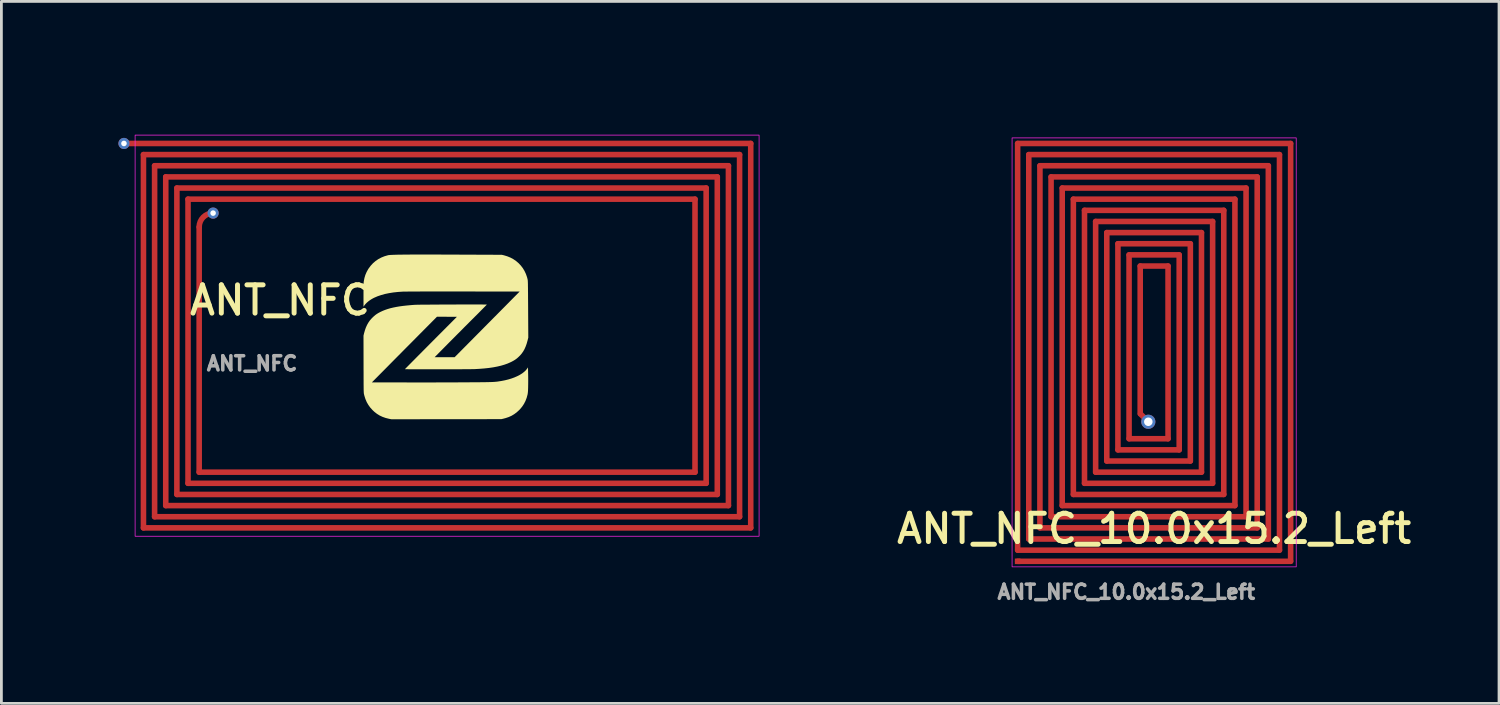
<source format=kicad_pcb>
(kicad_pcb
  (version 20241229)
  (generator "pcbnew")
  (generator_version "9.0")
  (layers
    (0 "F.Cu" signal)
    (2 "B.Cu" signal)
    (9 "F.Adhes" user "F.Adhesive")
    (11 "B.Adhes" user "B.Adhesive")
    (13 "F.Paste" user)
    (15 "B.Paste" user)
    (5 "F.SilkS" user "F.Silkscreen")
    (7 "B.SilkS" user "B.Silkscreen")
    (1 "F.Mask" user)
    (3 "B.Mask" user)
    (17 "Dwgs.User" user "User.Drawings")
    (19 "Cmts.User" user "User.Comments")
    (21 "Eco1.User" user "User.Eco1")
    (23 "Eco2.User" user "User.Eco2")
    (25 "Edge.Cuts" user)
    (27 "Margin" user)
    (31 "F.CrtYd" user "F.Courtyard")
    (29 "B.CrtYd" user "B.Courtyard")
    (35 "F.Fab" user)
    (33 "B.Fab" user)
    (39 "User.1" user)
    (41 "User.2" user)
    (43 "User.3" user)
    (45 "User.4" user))
  (footprint "ANT_NFC"
    (layer "F.Cu")
    (at 2 9)
    (property "Reference" "ANT_NFC" (at 5 -1.27 0) (layer "F.SilkS") (effects (font (size 1.016 1.016) (thickness 0.178))))
    (attr smd)
    (fp_line (start -0.6 -6.9) (end 21.9 -6.9) (stroke (width 0.2) (type solid)) (layer "F.Cu"))
    (fp_line (start 0.1 -6.5) (end 0.1 6.9) (stroke (width 0.2) (type solid)) (layer "F.Cu"))
    (fp_line (start 0.1 -6.5) (end 21.5 -6.5) (stroke (width 0.2) (type solid)) (layer "F.Cu"))
    (fp_line (start 0.1 6.9) (end 21.9 6.9) (stroke (width 0.2) (type solid)) (layer "F.Cu"))
    (fp_line (start 0.5 -6.1) (end 0.5 6.5) (stroke (width 0.2) (type solid)) (layer "F.Cu"))
    (fp_line (start 0.5 -6.1) (end 21.1 -6.1) (stroke (width 0.2) (type solid)) (layer "F.Cu"))
    (fp_line (start 0.5 6.5) (end 21.5 6.5) (stroke (width 0.2) (type solid)) (layer "F.Cu"))
    (fp_line (start 0.9 -5.7) (end 0.9 6.1) (stroke (width 0.2) (type solid)) (layer "F.Cu"))
    (fp_line (start 0.9 -5.7) (end 20.7 -5.7) (stroke (width 0.2) (type solid)) (layer "F.Cu"))
    (fp_line (start 0.9 6.1) (end 21.1 6.1) (stroke (width 0.2) (type solid)) (layer "F.Cu"))
    (fp_line (start 1.3 -5.3) (end 1.3 5.7) (stroke (width 0.2) (type solid)) (layer "F.Cu"))
    (fp_line (start 1.3 -5.3) (end 20.3 -5.3) (stroke (width 0.2) (type solid)) (layer "F.Cu"))
    (fp_line (start 1.3 5.7) (end 20.7 5.7) (stroke (width 0.2) (type solid)) (layer "F.Cu"))
    (fp_line (start 1.7 -4.9) (end 1.7 5.3) (stroke (width 0.2) (type solid)) (layer "F.Cu"))
    (fp_line (start 1.7 -4.9) (end 19.9 -4.9) (stroke (width 0.2) (type solid)) (layer "F.Cu"))
    (fp_line (start 1.7 5.3) (end 20.3 5.3) (stroke (width 0.2) (type solid)) (layer "F.Cu"))
    (fp_line (start 2.1 -3.9) (end 2.1 4.9) (stroke (width 0.2) (type solid)) (layer "F.Cu"))
    (fp_line (start 2.1 4.9) (end 19.9 4.9) (stroke (width 0.2) (type solid)) (layer "F.Cu"))
    (fp_line (start 19.9 -4.9) (end 19.9 4.9) (stroke (width 0.2) (type solid)) (layer "F.Cu"))
    (fp_line (start 20.3 -5.3) (end 20.3 5.3) (stroke (width 0.2) (type solid)) (layer "F.Cu"))
    (fp_line (start 20.7 -5.7) (end 20.7 5.7) (stroke (width 0.2) (type solid)) (layer "F.Cu"))
    (fp_line (start 21.1 -6.1) (end 21.1 6.1) (stroke (width 0.2) (type solid)) (layer "F.Cu"))
    (fp_line (start 21.5 -6.5) (end 21.5 6.5) (stroke (width 0.2) (type solid)) (layer "F.Cu"))
    (fp_line (start 21.9 -6.9) (end 21.9 6.9) (stroke (width 0.2) (type solid)) (layer "F.Cu"))
    (fp_arc (start 2.1 -3.9) (mid 2.246447 -4.253553) (end 2.6 -4.4) (stroke (width 0.2) (type solid)) (layer "F.Cu"))
    (fp_poly (pts (xy 8.019 -0.084) (xy 8.05 -0.194) (xy 8.085 -0.293) (xy 8.125 -0.382) (xy 8.171 -0.464) (xy 8.224 -0.541) (xy 8.286 -0.613) (xy 8.319 -0.647) (xy 8.373 -0.698) (xy 8.425 -0.742) (xy 8.478 -0.78) (xy 8.536 -0.815) (xy 8.603 -0.851) (xy 8.616 -0.857) (xy 8.697 -0.894) (xy 8.783 -0.928) (xy 8.872 -0.958) (xy 8.968 -0.986) (xy 9.07 -1.01) (xy 9.18 -1.032) (xy 9.298 -1.052) (xy 9.426 -1.069) (xy 9.564 -1.084) (xy 9.714 -1.098) (xy 9.85 -1.108) (xy 9.868 -1.108) (xy 9.898 -1.109) (xy 9.938 -1.11) (xy 9.99 -1.111) (xy 10.05 -1.112) (xy 10.12 -1.112) (xy 10.197 -1.113) (xy 10.282 -1.114) (xy 10.372 -1.114) (xy 10.469 -1.115) (xy 10.57 -1.116) (xy 10.675 -1.116) (xy 10.784 -1.117) (xy 10.895 -1.117) (xy 11.007 -1.118) (xy 11.121 -1.118) (xy 11.234 -1.118) (xy 11.347 -1.119) (xy 11.458 -1.119) (xy 11.568 -1.119) (xy 11.674 -1.119) (xy 11.776 -1.119) (xy 11.874 -1.12) (xy 11.966 -1.119) (xy 12.053 -1.119) (xy 12.132 -1.119) (xy 12.203 -1.119) (xy 12.266 -1.119) (xy 12.32 -1.118) (xy 12.364 -1.118) (xy 12.397 -1.117) (xy 12.418 -1.117) (xy 12.427 -1.116) (xy 12.427 -1.116) (xy 12.422 -1.111) (xy 12.409 -1.096) (xy 12.387 -1.074) (xy 12.358 -1.044) (xy 12.322 -1.008) (xy 12.28 -0.965) (xy 12.232 -0.917) (xy 12.18 -0.864) (xy 12.123 -0.806) (xy 12.062 -0.745) (xy 11.998 -0.682) (xy 11.97 -0.653) (xy 11.893 -0.577) (xy 11.809 -0.493) (xy 11.719 -0.402) (xy 11.624 -0.308) (xy 11.528 -0.21) (xy 11.43 -0.112) (xy 11.333 -0.015) (xy 11.24 0.079) (xy 11.15 0.169) (xy 11.067 0.253) (xy 11.032 0.288) (xy 10.552 0.774) (xy 11.27 0.774) (xy 12.074 -0.037) (xy 12.167 -0.131) (xy 12.261 -0.226) (xy 12.357 -0.323) (xy 12.452 -0.419) (xy 12.547 -0.514) (xy 12.639 -0.608) (xy 12.73 -0.699) (xy 12.817 -0.787) (xy 12.9 -0.871) (xy 12.977 -0.949) (xy 13.05 -1.022) (xy 13.115 -1.088) (xy 13.173 -1.147) (xy 13.223 -1.197) (xy 13.241 -1.216) (xy 13.605 -1.584) (xy 11.581 -1.586) (xy 11.347 -1.586) (xy 11.127 -1.586) (xy 10.92 -1.586) (xy 10.726 -1.586) (xy 10.545 -1.586) (xy 10.378 -1.586) (xy 10.224 -1.586) (xy 10.083 -1.586) (xy 9.955 -1.585) (xy 9.84 -1.585) (xy 9.739 -1.584) (xy 9.651 -1.584) (xy 9.576 -1.583) (xy 9.515 -1.583) (xy 9.467 -1.582) (xy 9.432 -1.581) (xy 9.413 -1.581) (xy 9.235 -1.569) (xy 9.069 -1.551) (xy 8.913 -1.526) (xy 8.768 -1.496) (xy 8.633 -1.458) (xy 8.506 -1.415) (xy 8.388 -1.364) (xy 8.353 -1.347) (xy 8.29 -1.312) (xy 8.228 -1.272) (xy 8.169 -1.228) (xy 8.116 -1.182) (xy 8.07 -1.135) (xy 8.034 -1.091) (xy 8.026 -1.079) (xy 7.999 -1.038) (xy 7.999 -1.46) (xy 7.999 -1.55) (xy 7.999 -1.627) (xy 8 -1.694) (xy 8 -1.75) (xy 8.001 -1.798) (xy 8.002 -1.837) (xy 8.003 -1.87) (xy 8.004 -1.897) (xy 8.006 -1.92) (xy 8.008 -1.939) (xy 8.01 -1.953) (xy 8.033 -2.071) (xy 8.066 -2.181) (xy 8.111 -2.286) (xy 8.167 -2.387) (xy 8.187 -2.417) (xy 8.261 -2.515) (xy 8.343 -2.604) (xy 8.434 -2.681) (xy 8.533 -2.749) (xy 8.639 -2.805) (xy 8.753 -2.851) (xy 8.874 -2.886) (xy 8.888 -2.889) (xy 8.905 -2.892) (xy 8.929 -2.894) (xy 8.96 -2.897) (xy 8.998 -2.899) (xy 9.045 -2.901) (xy 9.099 -2.903) (xy 9.162 -2.905) (xy 9.233 -2.907) (xy 9.313 -2.908) (xy 9.403 -2.909) (xy 9.502 -2.91) (xy 9.611 -2.911) (xy 9.73 -2.912) (xy 9.86 -2.912) (xy 10 -2.912) (xy 10.152 -2.913) (xy 10.314 -2.912) (xy 10.489 -2.912) (xy 10.675 -2.912) (xy 10.874 -2.911) (xy 11.085 -2.911) (xy 11.31 -2.91) (xy 11.437 -2.909) (xy 12.964 -2.903) (xy 13.041 -2.885) (xy 13.16 -2.849) (xy 13.273 -2.803) (xy 13.379 -2.746) (xy 13.477 -2.679) (xy 13.567 -2.602) (xy 13.647 -2.517) (xy 13.719 -2.423) (xy 13.78 -2.321) (xy 13.831 -2.212) (xy 13.871 -2.096) (xy 13.888 -2.03) (xy 13.89 -2.021) (xy 13.891 -2.012) (xy 13.893 -2.003) (xy 13.895 -1.993) (xy 13.896 -1.981) (xy 13.897 -1.966) (xy 13.898 -1.948) (xy 13.899 -1.927) (xy 13.9 -1.901) (xy 13.901 -1.87) (xy 13.902 -1.833) (xy 13.902 -1.79) (xy 13.903 -1.74) (xy 13.904 -1.681) (xy 13.904 -1.615) (xy 13.905 -1.539) (xy 13.906 -1.454) (xy 13.906 -1.358) (xy 13.907 -1.251) (xy 13.908 -1.133) (xy 13.909 -1.002) (xy 13.909 -0.947) (xy 13.915 0.07) (xy 13.887 0.18) (xy 13.855 0.293) (xy 13.818 0.395) (xy 13.777 0.487) (xy 13.73 0.569) (xy 13.677 0.644) (xy 13.621 0.709) (xy 13.566 0.763) (xy 13.513 0.811) (xy 13.457 0.853) (xy 13.396 0.892) (xy 13.327 0.93) (xy 13.28 0.953) (xy 13.176 0.999) (xy 13.062 1.04) (xy 12.937 1.077) (xy 12.801 1.109) (xy 12.653 1.137) (xy 12.494 1.16) (xy 12.323 1.178) (xy 12.14 1.192) (xy 11.997 1.2) (xy 11.975 1.201) (xy 11.942 1.202) (xy 11.898 1.202) (xy 11.843 1.203) (xy 11.78 1.203) (xy 11.708 1.204) (xy 11.629 1.204) (xy 11.543 1.205) (xy 11.451 1.205) (xy 11.353 1.206) (xy 11.251 1.206) (xy 11.146 1.206) (xy 11.037 1.206) (xy 10.927 1.207) (xy 10.815 1.207) (xy 10.703 1.207) (xy 10.591 1.207) (xy 10.48 1.207) (xy 10.371 1.207) (xy 10.265 1.207) (xy 10.162 1.207) (xy 10.064 1.207) (xy 9.97 1.206) (xy 9.883 1.206) (xy 9.802 1.206) (xy 9.728 1.205) (xy 9.663 1.205) (xy 9.607 1.205) (xy 9.56 1.204) (xy 9.525 1.204) (xy 9.5 1.203) (xy 9.488 1.202) (xy 9.487 1.202) (xy 9.491 1.197) (xy 9.505 1.183) (xy 9.527 1.16) (xy 9.557 1.129) (xy 9.595 1.091) (xy 9.64 1.045) (xy 9.692 0.993) (xy 9.75 0.934) (xy 9.814 0.87) (xy 9.883 0.8) (xy 9.957 0.725) (xy 10.036 0.646) (xy 10.118 0.563) (xy 10.205 0.476) (xy 10.294 0.386) (xy 10.386 0.293) (xy 10.419 0.26) (xy 11.352 -0.677) (xy 10.637 -0.68) (xy 10.046 -0.085) (xy 9.958 0.004) (xy 9.861 0.102) (xy 9.759 0.205) (xy 9.653 0.312) (xy 9.543 0.422) (xy 9.433 0.533) (xy 9.324 0.644) (xy 9.216 0.752) (xy 9.112 0.857) (xy 9.014 0.956) (xy 8.922 1.049) (xy 8.878 1.094) (xy 8.3 1.677) (xy 9.651 1.679) (xy 9.799 1.679) (xy 9.951 1.679) (xy 10.106 1.679) (xy 10.264 1.679) (xy 10.422 1.679) (xy 10.58 1.679) (xy 10.736 1.678) (xy 10.89 1.678) (xy 11.039 1.678) (xy 11.183 1.677) (xy 11.32 1.677) (xy 11.449 1.676) (xy 11.569 1.676) (xy 11.679 1.675) (xy 11.778 1.675) (xy 11.814 1.674) (xy 11.94 1.673) (xy 12.055 1.672) (xy 12.158 1.672) (xy 12.25 1.671) (xy 12.332 1.67) (xy 12.405 1.669) (xy 12.47 1.668) (xy 12.528 1.666) (xy 12.579 1.665) (xy 12.624 1.663) (xy 12.665 1.661) (xy 12.702 1.659) (xy 12.735 1.656) (xy 12.767 1.653) (xy 12.797 1.65) (xy 12.827 1.646) (xy 12.857 1.641) (xy 12.888 1.636) (xy 12.922 1.631) (xy 12.947 1.627) (xy 13.075 1.602) (xy 13.197 1.572) (xy 13.313 1.537) (xy 13.422 1.497) (xy 13.522 1.453) (xy 13.614 1.405) (xy 13.696 1.354) (xy 13.767 1.299) (xy 13.827 1.242) (xy 13.874 1.183) (xy 13.878 1.178) (xy 13.904 1.138) (xy 13.908 1.324) (xy 13.911 1.475) (xy 13.912 1.615) (xy 13.911 1.744) (xy 13.909 1.864) (xy 13.907 1.914) (xy 13.905 1.975) (xy 13.901 2.026) (xy 13.896 2.069) (xy 13.89 2.107) (xy 13.889 2.111) (xy 13.857 2.231) (xy 13.813 2.345) (xy 13.758 2.452) (xy 13.691 2.552) (xy 13.613 2.645) (xy 13.579 2.679) (xy 13.494 2.756) (xy 13.405 2.821) (xy 13.311 2.877) (xy 13.21 2.922) (xy 13.1 2.959) (xy 13.008 2.983) (xy 12.944 2.997) (xy 10.971 2.999) (xy 8.999 3.001) (xy 8.914 2.984) (xy 8.794 2.954) (xy 8.683 2.915) (xy 8.579 2.866) (xy 8.482 2.806) (xy 8.391 2.735) (xy 8.326 2.674) (xy 8.244 2.584) (xy 8.174 2.488) (xy 8.115 2.385) (xy 8.068 2.275) (xy 8.031 2.158) (xy 8.018 2.104) (xy 8.016 2.095) (xy 8.014 2.086) (xy 8.012 2.077) (xy 8.011 2.066) (xy 8.01 2.054) (xy 8.009 2.04) (xy 8.008 2.022) (xy 8.007 2) (xy 8.006 1.974) (xy 8.005 1.943) (xy 8.005 1.906) (xy 8.004 1.863) (xy 8.004 1.813) (xy 8.003 1.755) (xy 8.003 1.688) (xy 8.003 1.612) (xy 8.002 1.527) (xy 8.002 1.431) (xy 8.002 1.324) (xy 8.001 1.206) (xy 8.001 1.075) (xy 8.001 1.018) (xy 7.999 -0.001)) (stroke (width 0) (type solid)) (fill yes) (layer "F.SilkS"))
    (fp_rect (start -0.2 -7.2) (end 22.2 7.2) (stroke (width 0.025) (type solid)) (fill no) (layer "F.CrtYd"))
    (fp_text user "${REFERENCE}" (at 4 1 0) (layer "F.Fab") (effects (font (size 0.508 0.508) (thickness 0.127))))
    (pad "1" thru_hole circle (at 2.6 -4.4) (size 0.4 0.4) (drill 0.2) (layers "*.Cu" "*.Mask"))
    (pad "2" thru_hole circle (at -0.6 -6.9) (size 0.4 0.4) (drill 0.2) (layers "*.Cu" "*.Mask"))
    (zone (net_name "") (layer "F.Cu") (hatch edge 0.508) (connect_pads) (min_thickness 0.254) (filled_areas_thickness no) (keepout (tracks allowed) (vias allowed) (pads allowed) (copperpour not_allowed) (footprints allowed)) (placement (enabled no)) (fill) (polygon (pts (xy 2 18) (xy 0 18) (xy 0 0) (xy 2 0))))
    (zone (net_name "") (layer "F.Cu") (hatch edge 0.508) (connect_pads) (min_thickness 0.254) (filled_areas_thickness no) (keepout (tracks allowed) (vias allowed) (pads allowed) (copperpour not_allowed) (footprints allowed)) (placement (enabled no)) (fill) (polygon (pts (xy 6.2 13.8) (xy 4.2 13.8) (xy 4.2 4.2) (xy 6.2 4.2))))
    (zone (net_name "") (layer "F.Cu") (hatch edge 0.508) (connect_pads) (min_thickness 0.254) (filled_areas_thickness no) (keepout (tracks allowed) (vias allowed) (pads allowed) (copperpour not_allowed) (footprints allowed)) (placement (enabled no)) (fill) (polygon (pts (xy 19.8 6.2) (xy 4.2 6.2) (xy 4.2 4.2) (xy 19.8 4.2))))
    (zone (net_name "") (layer "F.Cu") (hatch edge 0.508) (connect_pads) (min_thickness 0.254) (filled_areas_thickness no) (keepout (tracks allowed) (vias allowed) (pads allowed) (copperpour not_allowed) (footprints allowed)) (placement (enabled no)) (fill) (polygon (pts (xy 19.8 13.9) (xy 4.2 13.8) (xy 4.2 11.8) (xy 19.8 11.8))))
    (zone (net_name "") (layer "F.Cu") (hatch edge 0.508) (connect_pads) (min_thickness 0.254) (filled_areas_thickness no) (keepout (tracks allowed) (vias allowed) (pads allowed) (copperpour not_allowed) (footprints allowed)) (placement (enabled no)) (fill) (polygon (pts (xy 21.8 13.8) (xy 19.8 13.8) (xy 19.8 4.2) (xy 21.8 4.2))))
    (zone (net_name "") (layer "F.Cu") (hatch edge 0.508) (connect_pads) (min_thickness 0.254) (filled_areas_thickness no) (keepout (tracks allowed) (vias allowed) (pads allowed) (copperpour not_allowed) (footprints allowed)) (placement (enabled no)) (fill) (polygon (pts (xy 26 2) (xy 0 2) (xy 0 0) (xy 26 0))))
    (zone (net_name "") (layer "F.Cu") (hatch edge 0.508) (connect_pads) (min_thickness 0.254) (filled_areas_thickness no) (keepout (tracks allowed) (vias allowed) (pads not_allowed) (copperpour not_allowed) (footprints allowed)) (placement (enabled no)) (fill) (polygon (pts (xy 26 18) (xy 0 18) (xy 0 16) (xy 26 16))))
    (zone (net_name "") (layer "F.Cu") (hatch edge 0.508) (connect_pads) (min_thickness 0.254) (filled_areas_thickness no) (keepout (tracks allowed) (vias allowed) (pads allowed) (copperpour not_allowed) (footprints allowed)) (placement (enabled no)) (fill) (polygon (pts (xy 26 18) (xy 24 18) (xy 24 0) (xy 26 0)))))
  (footprint "ANT_NFC_10.0x15.2_Left"
    (layer "F.Cu")
    (at 33.382 17.2)
    (property "Reference" "ANT_NFC_10.0x15.2_Left" (at 5 -1.27 0) (layer "F.SilkS") (effects (font (size 1.016 1.016) (thickness 0.178))))
    (attr smd)
    (fp_rect (start -0.1 0.1) (end 10.1 -15.3) (stroke (width 0.025) (type solid)) (fill no) (layer "F.CrtYd"))
    (fp_text user "${REFERENCE}" (at 4 1 0) (layer "F.Fab") (effects (font (size 0.508 0.508) (thickness 0.127))))
    (pad "1" smd roundrect (at 0.1 -7.8) (size 0.2 14.8) (layers "F.Cu") (roundrect_rratio 0.5))
    (pad "1" smd rect (at 0.1 -0.1) (size 0.2 0.2) (layers "F.Cu"))
    (pad "1" smd roundrect (at 0.5 -7.8) (size 0.2 14) (layers "F.Cu") (roundrect_rratio 0.5))
    (pad "1" smd roundrect (at 0.9 -7.8) (size 0.2 13.2) (layers "F.Cu") (roundrect_rratio 0.5))
    (pad "1" smd roundrect (at 1.3 -7.8) (size 0.2 12.4) (layers "F.Cu") (roundrect_rratio 0.5))
    (pad "1" smd roundrect (at 1.7 -7.8) (size 0.2 11.6) (layers "F.Cu") (roundrect_rratio 0.5))
    (pad "1" smd roundrect (at 2.1 -7.8) (size 0.2 10.8) (layers "F.Cu") (roundrect_rratio 0.5))
    (pad "1" smd roundrect (at 2.5 -7.8) (size 0.2 10) (layers "F.Cu") (roundrect_rratio 0.5))
    (pad "1" smd roundrect (at 2.9 -7.8) (size 0.2 9.2) (layers "F.Cu") (roundrect_rratio 0.5))
    (pad "1" smd roundrect (at 3.3 -7.8) (size 0.2 8.4) (layers "F.Cu") (roundrect_rratio 0.5))
    (pad "1" smd roundrect (at 3.7 -7.8) (size 0.2 7.6) (layers "F.Cu") (roundrect_rratio 0.5))
    (pad "1" smd roundrect (at 4.1 -7.8) (size 0.2 6.8) (layers "F.Cu") (roundrect_rratio 0.5))
    (pad "1" smd roundrect (at 4.5 -8.05) (size 0.2 5.5) (layers "F.Cu") (roundrect_rratio 0.5))
    (pad "1" smd roundrect (at 4.65 -5.25 45) (size 0.2 0.6) (layers "F.Cu") (roundrect_rratio 0.5))
    (pad "1" thru_hole circle (at 4.791 -5.109) (size 0.508 0.508) (drill 0.305) (layers "*.Cu" "*.Mask"))
    (pad "1" smd roundrect (at 4.8 -4.5) (size 1.6 0.2) (layers "F.Cu") (roundrect_rratio 0.5))
    (pad "1" smd roundrect (at 4.8 -4.1) (size 2.4 0.2) (layers "F.Cu") (roundrect_rratio 0.5))
    (pad "1" smd roundrect (at 4.8 -3.7) (size 3.2 0.2) (layers "F.Cu") (roundrect_rratio 0.5))
    (pad "1" smd roundrect (at 4.8 -3.3) (size 4 0.2) (layers "F.Cu") (roundrect_rratio 0.5))
    (pad "1" smd roundrect (at 4.8 -2.9) (size 4.8 0.2) (layers "F.Cu") (roundrect_rratio 0.5))
    (pad "1" smd roundrect (at 4.8 -2.5) (size 5.6 0.2) (layers "F.Cu") (roundrect_rratio 0.5))
    (pad "1" smd roundrect (at 4.8 -2.1) (size 6.4 0.2) (layers "F.Cu") (roundrect_rratio 0.5))
    (pad "1" smd roundrect (at 4.8 -1.7) (size 7.2 0.2) (layers "F.Cu") (roundrect_rratio 0.5))
    (pad "1" smd roundrect (at 4.8 -1.3) (size 8 0.2) (layers "F.Cu") (roundrect_rratio 0.5))
    (pad "1" smd roundrect (at 4.8 -0.9) (size 8.8 0.2) (layers "F.Cu") (roundrect_rratio 0.5))
    (pad "1" smd roundrect (at 4.8 -0.5) (size 9.6 0.2) (layers "F.Cu") (roundrect_rratio 0.5))
    (pad "1" smd roundrect (at 5 -15.1) (size 10 0.2) (layers "F.Cu") (roundrect_rratio 0.5))
    (pad "1" smd roundrect (at 5 -14.7) (size 9.2 0.2) (layers "F.Cu") (roundrect_rratio 0.5))
    (pad "1" smd roundrect (at 5 -14.3) (size 8.4 0.2) (layers "F.Cu") (roundrect_rratio 0.5))
    (pad "1" smd roundrect (at 5 -13.9) (size 7.6 0.2) (layers "F.Cu") (roundrect_rratio 0.5))
    (pad "1" smd roundrect (at 5 -13.5) (size 6.8 0.2) (layers "F.Cu") (roundrect_rratio 0.5))
    (pad "1" smd roundrect (at 5 -13.1) (size 6 0.2) (layers "F.Cu") (roundrect_rratio 0.5))
    (pad "1" smd roundrect (at 5 -12.7) (size 5.2 0.2) (layers "F.Cu") (roundrect_rratio 0.5))
    (pad "1" smd roundrect (at 5 -12.3) (size 4.4 0.2) (layers "F.Cu") (roundrect_rratio 0.5))
    (pad "1" smd roundrect (at 5 -11.9) (size 3.6 0.2) (layers "F.Cu") (roundrect_rratio 0.5))
    (pad "1" smd roundrect (at 5 -11.5) (size 2.8 0.2) (layers "F.Cu") (roundrect_rratio 0.5))
    (pad "1" smd roundrect (at 5 -11.1) (size 2 0.2) (layers "F.Cu") (roundrect_rratio 0.5))
    (pad "1" smd roundrect (at 5 -10.7) (size 1.2 0.2) (layers "F.Cu") (roundrect_rratio 0.5))
    (pad "1" smd roundrect (at 5 -0.1) (size 10 0.2) (layers "F.Cu") (roundrect_rratio 0.5))
    (pad "1" smd roundrect (at 5.5 -7.6) (size 0.2 6.4) (layers "F.Cu") (roundrect_rratio 0.5))
    (pad "1" smd roundrect (at 5.9 -7.6) (size 0.2 7.2) (layers "F.Cu") (roundrect_rratio 0.5))
    (pad "1" smd roundrect (at 6.3 -7.6) (size 0.2 8) (layers "F.Cu") (roundrect_rratio 0.5))
    (pad "1" smd roundrect (at 6.7 -7.6) (size 0.2 8.8) (layers "F.Cu") (roundrect_rratio 0.5))
    (pad "1" smd roundrect (at 7.1 -7.6) (size 0.2 9.6) (layers "F.Cu") (roundrect_rratio 0.5))
    (pad "1" smd roundrect (at 7.5 -7.6) (size 0.2 10.4) (layers "F.Cu") (roundrect_rratio 0.5))
    (pad "1" smd roundrect (at 7.9 -7.6) (size 0.2 11.2) (layers "F.Cu") (roundrect_rratio 0.5))
    (pad "1" smd roundrect (at 8.3 -7.6) (size 0.2 12) (layers "F.Cu") (roundrect_rratio 0.5))
    (pad "1" smd roundrect (at 8.7 -7.6) (size 0.2 12.8) (layers "F.Cu") (roundrect_rratio 0.5))
    (pad "1" smd roundrect (at 9.1 -7.6) (size 0.2 13.6) (layers "F.Cu") (roundrect_rratio 0.5))
    (pad "1" smd roundrect (at 9.5 -7.6) (size 0.2 14.4) (layers "F.Cu") (roundrect_rratio 0.5))
    (pad "1" smd roundrect (at 9.9 -7.6) (size 0.2 15.2) (layers "F.Cu") (roundrect_rratio 0.5))
    (zone (net_name "") (layer "F.Cu") (hatch edge 0.508) (connect_pads) (min_thickness 0.254) (filled_areas_thickness no) (keepout (tracks allowed) (vias allowed) (pads allowed) (copperpour not_allowed) (footprints allowed)) (placement (enabled no)) (fill) (polygon (pts (xy 33.382 19.2) (xy 31.382 19.2) (xy 31.382 0) (xy 33.382 0))))
    (zone (net_name "") (layer "F.Cu") (hatch edge 0.508) (connect_pads) (min_thickness 0.254) (filled_areas_thickness no) (keepout (tracks allowed) (vias allowed) (pads allowed) (copperpour not_allowed) (footprints allowed)) (placement (enabled no)) (fill) (polygon (pts (xy 45.382 2) (xy 31.382 2) (xy 31.382 0) (xy 45.382 0))))
    (zone (net_name "") (layer "F.Cu") (hatch edge 0.508) (connect_pads) (min_thickness 0.254) (filled_areas_thickness no) (keepout (tracks allowed) (vias allowed) (pads allowed) (copperpour not_allowed) (footprints allowed)) (placement (enabled no)) (fill) (polygon (pts (xy 45.382 19.2) (xy 31.382 19.2) (xy 31.382 17.2) (xy 45.382 17.2))))
    (zone (net_name "") (layer "F.Cu") (hatch edge 0.508) (connect_pads) (min_thickness 0.254) (filled_areas_thickness no) (keepout (tracks allowed) (vias allowed) (pads allowed) (copperpour not_allowed) (footprints allowed)) (placement (enabled no)) (fill) (polygon (pts (xy 45.382 19.2) (xy 43.382 19.2) (xy 43.382 0) (xy 45.382 0)))))
  (gr_rect
    (start -3 -3)
    (end 50.763 22.2)
    (stroke (width 0.1) (type default))
    (fill no)
    (layer "Edge.Cuts")))
</source>
